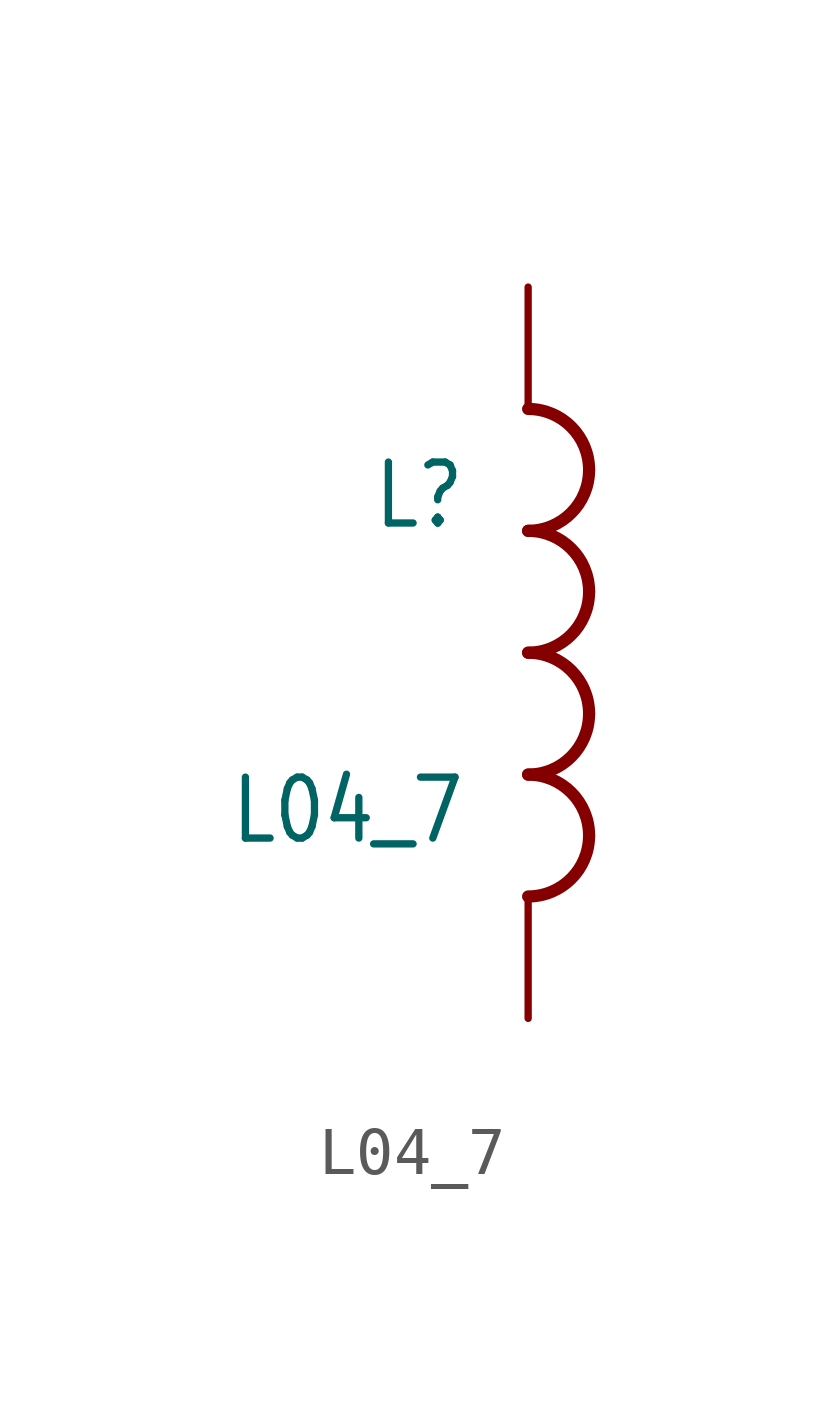
<source format=kicad_sym>
(kicad_symbol_lib
  (version 20201005)
  (generator kicad_symbol_editor)
  (symbol "L04_7"
    (property "Reference" "L"
      (at -1.27 2.54 0)
      (effects (font (size 1.27 1.079)) (justify right bottom)))
    (property "Value" "L04_7"
      (at -1.27 -2.54 0)
      (effects (font (size 1.27 1.079)) (justify right top)))
    (property "ki_locked" ""
      (at 0 0 0)
      (effects (font (size 1.27 1.27))))
    (symbol "L04_7_1_0"
      (arc (start 1.27 -3.81) (end 0 -2.54) (radius (at 0 -3.81) (length 1.27) (angles 0 90)) (stroke (width 0.254)) (fill (type none)))
      (arc (start 0 -5.08) (end 1.27 -3.81) (radius (at 0 -3.81) (length 1.27) (angles -90 0)) (stroke (width 0.254)) (fill (type none)))
      (arc (start 1.27 -1.27) (end 0 0) (radius (at 0 -1.27) (length 1.27) (angles 0 90)) (stroke (width 0.254)) (fill (type none)))
      (arc (start 0 -2.54) (end 1.27 -1.27) (radius (at 0 -1.27) (length 1.27) (angles -90 0)) (stroke (width 0.254)) (fill (type none)))
      (arc (start 1.27 1.27) (end 0 2.54) (radius (at 0 1.27) (length 1.27) (angles 0 90)) (stroke (width 0.254)) (fill (type none)))
      (arc (start 0 0) (end 1.27 1.27) (radius (at 0 1.27) (length 1.27) (angles -90 0)) (stroke (width 0.254)) (fill (type none)))
      (arc (start 1.27 3.81) (end 0 5.08) (radius (at 0 3.81) (length 1.27) (angles 0 90)) (stroke (width 0.254)) (fill (type none)))
      (arc (start 0 2.54) (end 1.27 3.81) (radius (at 0 3.81) (length 1.27) (angles -90 0)) (stroke (width 0.254)) (fill (type none)))
      (pin passive line (at 0 -7.62 90) (length 2.54) (name "2" (effects (font (size 0 0)))) (number "1" (effects (font (size 0 0)))))
      (pin passive line (at 0 7.62 270) (length 2.54) (name "1" (effects (font (size 0 0)))) (number "2" (effects (font (size 0 0))))))))
</source>
